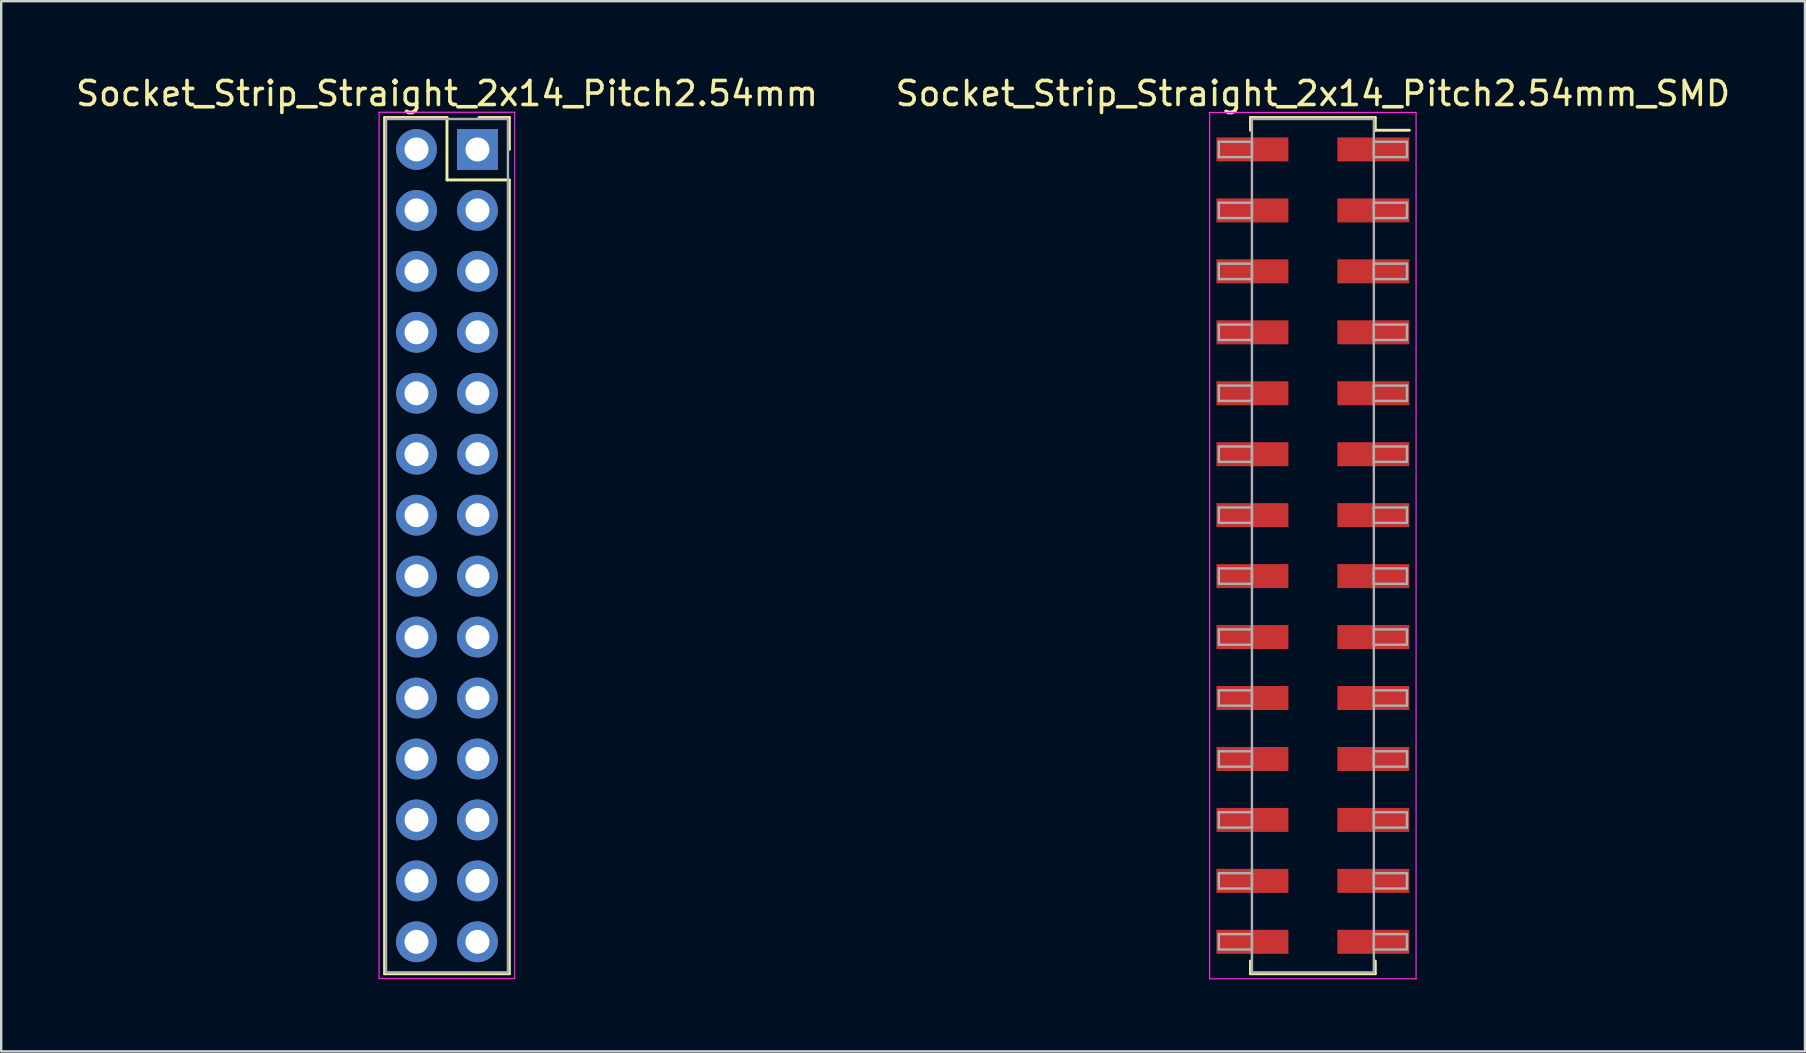
<source format=kicad_pcb>
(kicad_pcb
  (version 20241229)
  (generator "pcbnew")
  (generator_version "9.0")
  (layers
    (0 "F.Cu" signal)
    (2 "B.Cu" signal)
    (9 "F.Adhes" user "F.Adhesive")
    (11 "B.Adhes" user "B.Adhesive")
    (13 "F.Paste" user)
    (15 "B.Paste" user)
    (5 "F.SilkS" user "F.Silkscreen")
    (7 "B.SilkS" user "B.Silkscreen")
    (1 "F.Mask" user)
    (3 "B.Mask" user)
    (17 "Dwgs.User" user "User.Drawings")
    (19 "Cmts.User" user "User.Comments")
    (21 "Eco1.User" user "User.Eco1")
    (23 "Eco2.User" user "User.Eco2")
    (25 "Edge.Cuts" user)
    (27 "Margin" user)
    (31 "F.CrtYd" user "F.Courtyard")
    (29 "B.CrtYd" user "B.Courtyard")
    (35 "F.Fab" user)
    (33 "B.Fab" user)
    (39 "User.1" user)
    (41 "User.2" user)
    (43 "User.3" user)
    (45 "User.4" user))
  (footprint "Socket_Strip_Straight_2x14_Pitch2.54mm_SMD"
    (layer "F.Cu")
    (at 51.661 19.688)
    (property "Reference" "Socket_Strip_Straight_2x14_Pitch2.54mm_SMD" (at 0 -18.84 0) (layer "F.SilkS") (effects (font (size 1 1) (thickness 0.15))))
    (attr smd)
    (fp_line (start -2.6 -17.84) (end 2.6 -17.84) (stroke (width 0.12) (type solid)) (layer "F.SilkS"))
    (fp_line (start -2.6 -17.31) (end -2.6 -17.84) (stroke (width 0.12) (type solid)) (layer "F.SilkS"))
    (fp_line (start -2.6 17.31) (end -2.6 17.84) (stroke (width 0.12) (type solid)) (layer "F.SilkS"))
    (fp_line (start -2.6 17.84) (end 2.6 17.84) (stroke (width 0.12) (type solid)) (layer "F.SilkS"))
    (fp_line (start 2.6 -17.84) (end 2.6 -17.31) (stroke (width 0.12) (type solid)) (layer "F.SilkS"))
    (fp_line (start 2.6 17.84) (end 2.6 17.31) (stroke (width 0.12) (type solid)) (layer "F.SilkS"))
    (fp_line (start 4.02 -17.31) (end 2.6 -17.31) (stroke (width 0.12) (type solid)) (layer "F.SilkS"))
    (fp_line (start -4.3 -18.05) (end -4.3 18.05) (stroke (width 0.05) (type solid)) (layer "F.CrtYd"))
    (fp_line (start -4.3 18.05) (end 4.3 18.05) (stroke (width 0.05) (type solid)) (layer "F.CrtYd"))
    (fp_line (start 4.3 -18.05) (end -4.3 -18.05) (stroke (width 0.05) (type solid)) (layer "F.CrtYd"))
    (fp_line (start 4.3 18.05) (end 4.3 -18.05) (stroke (width 0.05) (type solid)) (layer "F.CrtYd"))
    (fp_line (start -3.92 -16.83) (end -2.54 -16.83) (stroke (width 0.1) (type solid)) (layer "F.Fab"))
    (fp_line (start -3.92 -16.19) (end -3.92 -16.83) (stroke (width 0.1) (type solid)) (layer "F.Fab"))
    (fp_line (start -3.92 -14.29) (end -2.54 -14.29) (stroke (width 0.1) (type solid)) (layer "F.Fab"))
    (fp_line (start -3.92 -13.65) (end -3.92 -14.29) (stroke (width 0.1) (type solid)) (layer "F.Fab"))
    (fp_line (start -3.92 -11.75) (end -2.54 -11.75) (stroke (width 0.1) (type solid)) (layer "F.Fab"))
    (fp_line (start -3.92 -11.11) (end -3.92 -11.75) (stroke (width 0.1) (type solid)) (layer "F.Fab"))
    (fp_line (start -3.92 -9.21) (end -2.54 -9.21) (stroke (width 0.1) (type solid)) (layer "F.Fab"))
    (fp_line (start -3.92 -8.57) (end -3.92 -9.21) (stroke (width 0.1) (type solid)) (layer "F.Fab"))
    (fp_line (start -3.92 -6.67) (end -2.54 -6.67) (stroke (width 0.1) (type solid)) (layer "F.Fab"))
    (fp_line (start -3.92 -6.03) (end -3.92 -6.67) (stroke (width 0.1) (type solid)) (layer "F.Fab"))
    (fp_line (start -3.92 -4.13) (end -2.54 -4.13) (stroke (width 0.1) (type solid)) (layer "F.Fab"))
    (fp_line (start -3.92 -3.49) (end -3.92 -4.13) (stroke (width 0.1) (type solid)) (layer "F.Fab"))
    (fp_line (start -3.92 -1.59) (end -2.54 -1.59) (stroke (width 0.1) (type solid)) (layer "F.Fab"))
    (fp_line (start -3.92 -0.95) (end -3.92 -1.59) (stroke (width 0.1) (type solid)) (layer "F.Fab"))
    (fp_line (start -3.92 0.95) (end -2.54 0.95) (stroke (width 0.1) (type solid)) (layer "F.Fab"))
    (fp_line (start -3.92 1.59) (end -3.92 0.95) (stroke (width 0.1) (type solid)) (layer "F.Fab"))
    (fp_line (start -3.92 3.49) (end -2.54 3.49) (stroke (width 0.1) (type solid)) (layer "F.Fab"))
    (fp_line (start -3.92 4.13) (end -3.92 3.49) (stroke (width 0.1) (type solid)) (layer "F.Fab"))
    (fp_line (start -3.92 6.03) (end -2.54 6.03) (stroke (width 0.1) (type solid)) (layer "F.Fab"))
    (fp_line (start -3.92 6.67) (end -3.92 6.03) (stroke (width 0.1) (type solid)) (layer "F.Fab"))
    (fp_line (start -3.92 8.57) (end -2.54 8.57) (stroke (width 0.1) (type solid)) (layer "F.Fab"))
    (fp_line (start -3.92 9.21) (end -3.92 8.57) (stroke (width 0.1) (type solid)) (layer "F.Fab"))
    (fp_line (start -3.92 11.11) (end -2.54 11.11) (stroke (width 0.1) (type solid)) (layer "F.Fab"))
    (fp_line (start -3.92 11.75) (end -3.92 11.11) (stroke (width 0.1) (type solid)) (layer "F.Fab"))
    (fp_line (start -3.92 13.65) (end -2.54 13.65) (stroke (width 0.1) (type solid)) (layer "F.Fab"))
    (fp_line (start -3.92 14.29) (end -3.92 13.65) (stroke (width 0.1) (type solid)) (layer "F.Fab"))
    (fp_line (start -3.92 16.19) (end -2.54 16.19) (stroke (width 0.1) (type solid)) (layer "F.Fab"))
    (fp_line (start -3.92 16.83) (end -3.92 16.19) (stroke (width 0.1) (type solid)) (layer "F.Fab"))
    (fp_line (start -2.54 -17.78) (end -2.54 17.78) (stroke (width 0.1) (type solid)) (layer "F.Fab"))
    (fp_line (start -2.54 -16.83) (end -2.54 -16.19) (stroke (width 0.1) (type solid)) (layer "F.Fab"))
    (fp_line (start -2.54 -16.19) (end -3.92 -16.19) (stroke (width 0.1) (type solid)) (layer "F.Fab"))
    (fp_line (start -2.54 -14.29) (end -2.54 -13.65) (stroke (width 0.1) (type solid)) (layer "F.Fab"))
    (fp_line (start -2.54 -13.65) (end -3.92 -13.65) (stroke (width 0.1) (type solid)) (layer "F.Fab"))
    (fp_line (start -2.54 -11.75) (end -2.54 -11.11) (stroke (width 0.1) (type solid)) (layer "F.Fab"))
    (fp_line (start -2.54 -11.11) (end -3.92 -11.11) (stroke (width 0.1) (type solid)) (layer "F.Fab"))
    (fp_line (start -2.54 -9.21) (end -2.54 -8.57) (stroke (width 0.1) (type solid)) (layer "F.Fab"))
    (fp_line (start -2.54 -8.57) (end -3.92 -8.57) (stroke (width 0.1) (type solid)) (layer "F.Fab"))
    (fp_line (start -2.54 -6.67) (end -2.54 -6.03) (stroke (width 0.1) (type solid)) (layer "F.Fab"))
    (fp_line (start -2.54 -6.03) (end -3.92 -6.03) (stroke (width 0.1) (type solid)) (layer "F.Fab"))
    (fp_line (start -2.54 -4.13) (end -2.54 -3.49) (stroke (width 0.1) (type solid)) (layer "F.Fab"))
    (fp_line (start -2.54 -3.49) (end -3.92 -3.49) (stroke (width 0.1) (type solid)) (layer "F.Fab"))
    (fp_line (start -2.54 -1.59) (end -2.54 -0.95) (stroke (width 0.1) (type solid)) (layer "F.Fab"))
    (fp_line (start -2.54 -0.95) (end -3.92 -0.95) (stroke (width 0.1) (type solid)) (layer "F.Fab"))
    (fp_line (start -2.54 0.95) (end -2.54 1.59) (stroke (width 0.1) (type solid)) (layer "F.Fab"))
    (fp_line (start -2.54 1.59) (end -3.92 1.59) (stroke (width 0.1) (type solid)) (layer "F.Fab"))
    (fp_line (start -2.54 3.49) (end -2.54 4.13) (stroke (width 0.1) (type solid)) (layer "F.Fab"))
    (fp_line (start -2.54 4.13) (end -3.92 4.13) (stroke (width 0.1) (type solid)) (layer "F.Fab"))
    (fp_line (start -2.54 6.03) (end -2.54 6.67) (stroke (width 0.1) (type solid)) (layer "F.Fab"))
    (fp_line (start -2.54 6.67) (end -3.92 6.67) (stroke (width 0.1) (type solid)) (layer "F.Fab"))
    (fp_line (start -2.54 8.57) (end -2.54 9.21) (stroke (width 0.1) (type solid)) (layer "F.Fab"))
    (fp_line (start -2.54 9.21) (end -3.92 9.21) (stroke (width 0.1) (type solid)) (layer "F.Fab"))
    (fp_line (start -2.54 11.11) (end -2.54 11.75) (stroke (width 0.1) (type solid)) (layer "F.Fab"))
    (fp_line (start -2.54 11.75) (end -3.92 11.75) (stroke (width 0.1) (type solid)) (layer "F.Fab"))
    (fp_line (start -2.54 13.65) (end -2.54 14.29) (stroke (width 0.1) (type solid)) (layer "F.Fab"))
    (fp_line (start -2.54 14.29) (end -3.92 14.29) (stroke (width 0.1) (type solid)) (layer "F.Fab"))
    (fp_line (start -2.54 16.19) (end -2.54 16.83) (stroke (width 0.1) (type solid)) (layer "F.Fab"))
    (fp_line (start -2.54 16.83) (end -3.92 16.83) (stroke (width 0.1) (type solid)) (layer "F.Fab"))
    (fp_line (start -2.54 17.78) (end 2.54 17.78) (stroke (width 0.1) (type solid)) (layer "F.Fab"))
    (fp_line (start 2.54 -17.78) (end -2.54 -17.78) (stroke (width 0.1) (type solid)) (layer "F.Fab"))
    (fp_line (start 2.54 -16.83) (end 2.54 -16.19) (stroke (width 0.1) (type solid)) (layer "F.Fab"))
    (fp_line (start 2.54 -16.19) (end 3.92 -16.19) (stroke (width 0.1) (type solid)) (layer "F.Fab"))
    (fp_line (start 2.54 -14.29) (end 2.54 -13.65) (stroke (width 0.1) (type solid)) (layer "F.Fab"))
    (fp_line (start 2.54 -13.65) (end 3.92 -13.65) (stroke (width 0.1) (type solid)) (layer "F.Fab"))
    (fp_line (start 2.54 -11.75) (end 2.54 -11.11) (stroke (width 0.1) (type solid)) (layer "F.Fab"))
    (fp_line (start 2.54 -11.11) (end 3.92 -11.11) (stroke (width 0.1) (type solid)) (layer "F.Fab"))
    (fp_line (start 2.54 -9.21) (end 2.54 -8.57) (stroke (width 0.1) (type solid)) (layer "F.Fab"))
    (fp_line (start 2.54 -8.57) (end 3.92 -8.57) (stroke (width 0.1) (type solid)) (layer "F.Fab"))
    (fp_line (start 2.54 -6.67) (end 2.54 -6.03) (stroke (width 0.1) (type solid)) (layer "F.Fab"))
    (fp_line (start 2.54 -6.03) (end 3.92 -6.03) (stroke (width 0.1) (type solid)) (layer "F.Fab"))
    (fp_line (start 2.54 -4.13) (end 2.54 -3.49) (stroke (width 0.1) (type solid)) (layer "F.Fab"))
    (fp_line (start 2.54 -3.49) (end 3.92 -3.49) (stroke (width 0.1) (type solid)) (layer "F.Fab"))
    (fp_line (start 2.54 -1.59) (end 2.54 -0.95) (stroke (width 0.1) (type solid)) (layer "F.Fab"))
    (fp_line (start 2.54 -0.95) (end 3.92 -0.95) (stroke (width 0.1) (type solid)) (layer "F.Fab"))
    (fp_line (start 2.54 0.95) (end 2.54 1.59) (stroke (width 0.1) (type solid)) (layer "F.Fab"))
    (fp_line (start 2.54 1.59) (end 3.92 1.59) (stroke (width 0.1) (type solid)) (layer "F.Fab"))
    (fp_line (start 2.54 3.49) (end 2.54 4.13) (stroke (width 0.1) (type solid)) (layer "F.Fab"))
    (fp_line (start 2.54 4.13) (end 3.92 4.13) (stroke (width 0.1) (type solid)) (layer "F.Fab"))
    (fp_line (start 2.54 6.03) (end 2.54 6.67) (stroke (width 0.1) (type solid)) (layer "F.Fab"))
    (fp_line (start 2.54 6.67) (end 3.92 6.67) (stroke (width 0.1) (type solid)) (layer "F.Fab"))
    (fp_line (start 2.54 8.57) (end 2.54 9.21) (stroke (width 0.1) (type solid)) (layer "F.Fab"))
    (fp_line (start 2.54 9.21) (end 3.92 9.21) (stroke (width 0.1) (type solid)) (layer "F.Fab"))
    (fp_line (start 2.54 11.11) (end 2.54 11.75) (stroke (width 0.1) (type solid)) (layer "F.Fab"))
    (fp_line (start 2.54 11.75) (end 3.92 11.75) (stroke (width 0.1) (type solid)) (layer "F.Fab"))
    (fp_line (start 2.54 13.65) (end 2.54 14.29) (stroke (width 0.1) (type solid)) (layer "F.Fab"))
    (fp_line (start 2.54 14.29) (end 3.92 14.29) (stroke (width 0.1) (type solid)) (layer "F.Fab"))
    (fp_line (start 2.54 16.19) (end 2.54 16.83) (stroke (width 0.1) (type solid)) (layer "F.Fab"))
    (fp_line (start 2.54 16.83) (end 3.92 16.83) (stroke (width 0.1) (type solid)) (layer "F.Fab"))
    (fp_line (start 2.54 17.78) (end 2.54 -17.78) (stroke (width 0.1) (type solid)) (layer "F.Fab"))
    (fp_line (start 3.92 -16.83) (end 2.54 -16.83) (stroke (width 0.1) (type solid)) (layer "F.Fab"))
    (fp_line (start 3.92 -16.19) (end 3.92 -16.83) (stroke (width 0.1) (type solid)) (layer "F.Fab"))
    (fp_line (start 3.92 -14.29) (end 2.54 -14.29) (stroke (width 0.1) (type solid)) (layer "F.Fab"))
    (fp_line (start 3.92 -13.65) (end 3.92 -14.29) (stroke (width 0.1) (type solid)) (layer "F.Fab"))
    (fp_line (start 3.92 -11.75) (end 2.54 -11.75) (stroke (width 0.1) (type solid)) (layer "F.Fab"))
    (fp_line (start 3.92 -11.11) (end 3.92 -11.75) (stroke (width 0.1) (type solid)) (layer "F.Fab"))
    (fp_line (start 3.92 -9.21) (end 2.54 -9.21) (stroke (width 0.1) (type solid)) (layer "F.Fab"))
    (fp_line (start 3.92 -8.57) (end 3.92 -9.21) (stroke (width 0.1) (type solid)) (layer "F.Fab"))
    (fp_line (start 3.92 -6.67) (end 2.54 -6.67) (stroke (width 0.1) (type solid)) (layer "F.Fab"))
    (fp_line (start 3.92 -6.03) (end 3.92 -6.67) (stroke (width 0.1) (type solid)) (layer "F.Fab"))
    (fp_line (start 3.92 -4.13) (end 2.54 -4.13) (stroke (width 0.1) (type solid)) (layer "F.Fab"))
    (fp_line (start 3.92 -3.49) (end 3.92 -4.13) (stroke (width 0.1) (type solid)) (layer "F.Fab"))
    (fp_line (start 3.92 -1.59) (end 2.54 -1.59) (stroke (width 0.1) (type solid)) (layer "F.Fab"))
    (fp_line (start 3.92 -0.95) (end 3.92 -1.59) (stroke (width 0.1) (type solid)) (layer "F.Fab"))
    (fp_line (start 3.92 0.95) (end 2.54 0.95) (stroke (width 0.1) (type solid)) (layer "F.Fab"))
    (fp_line (start 3.92 1.59) (end 3.92 0.95) (stroke (width 0.1) (type solid)) (layer "F.Fab"))
    (fp_line (start 3.92 3.49) (end 2.54 3.49) (stroke (width 0.1) (type solid)) (layer "F.Fab"))
    (fp_line (start 3.92 4.13) (end 3.92 3.49) (stroke (width 0.1) (type solid)) (layer "F.Fab"))
    (fp_line (start 3.92 6.03) (end 2.54 6.03) (stroke (width 0.1) (type solid)) (layer "F.Fab"))
    (fp_line (start 3.92 6.67) (end 3.92 6.03) (stroke (width 0.1) (type solid)) (layer "F.Fab"))
    (fp_line (start 3.92 8.57) (end 2.54 8.57) (stroke (width 0.1) (type solid)) (layer "F.Fab"))
    (fp_line (start 3.92 9.21) (end 3.92 8.57) (stroke (width 0.1) (type solid)) (layer "F.Fab"))
    (fp_line (start 3.92 11.11) (end 2.54 11.11) (stroke (width 0.1) (type solid)) (layer "F.Fab"))
    (fp_line (start 3.92 11.75) (end 3.92 11.11) (stroke (width 0.1) (type solid)) (layer "F.Fab"))
    (fp_line (start 3.92 13.65) (end 2.54 13.65) (stroke (width 0.1) (type solid)) (layer "F.Fab"))
    (fp_line (start 3.92 14.29) (end 3.92 13.65) (stroke (width 0.1) (type solid)) (layer "F.Fab"))
    (fp_line (start 3.92 16.19) (end 2.54 16.19) (stroke (width 0.1) (type solid)) (layer "F.Fab"))
    (fp_line (start 3.92 16.83) (end 3.92 16.19) (stroke (width 0.1) (type solid)) (layer "F.Fab"))
    (pad "1" smd rect (at 2.52 -16.51) (size 3 1) (layers "F.Cu" "F.Mask"))
    (pad "2" smd rect (at -2.52 -16.51) (size 3 1) (layers "F.Cu" "F.Mask"))
    (pad "3" smd rect (at 2.52 -13.97) (size 3 1) (layers "F.Cu" "F.Mask"))
    (pad "4" smd rect (at -2.52 -13.97) (size 3 1) (layers "F.Cu" "F.Mask"))
    (pad "5" smd rect (at 2.52 -11.43) (size 3 1) (layers "F.Cu" "F.Mask"))
    (pad "6" smd rect (at -2.52 -11.43) (size 3 1) (layers "F.Cu" "F.Mask"))
    (pad "7" smd rect (at 2.52 -8.89) (size 3 1) (layers "F.Cu" "F.Mask"))
    (pad "8" smd rect (at -2.52 -8.89) (size 3 1) (layers "F.Cu" "F.Mask"))
    (pad "9" smd rect (at 2.52 -6.35) (size 3 1) (layers "F.Cu" "F.Mask"))
    (pad "10" smd rect (at -2.52 -6.35) (size 3 1) (layers "F.Cu" "F.Mask"))
    (pad "11" smd rect (at 2.52 -3.81) (size 3 1) (layers "F.Cu" "F.Mask"))
    (pad "12" smd rect (at -2.52 -3.81) (size 3 1) (layers "F.Cu" "F.Mask"))
    (pad "13" smd rect (at 2.52 -1.27) (size 3 1) (layers "F.Cu" "F.Mask"))
    (pad "14" smd rect (at -2.52 -1.27) (size 3 1) (layers "F.Cu" "F.Mask"))
    (pad "15" smd rect (at 2.52 1.27) (size 3 1) (layers "F.Cu" "F.Mask"))
    (pad "16" smd rect (at -2.52 1.27) (size 3 1) (layers "F.Cu" "F.Mask"))
    (pad "17" smd rect (at 2.52 3.81) (size 3 1) (layers "F.Cu" "F.Mask"))
    (pad "18" smd rect (at -2.52 3.81) (size 3 1) (layers "F.Cu" "F.Mask"))
    (pad "19" smd rect (at 2.52 6.35) (size 3 1) (layers "F.Cu" "F.Mask"))
    (pad "20" smd rect (at -2.52 6.35) (size 3 1) (layers "F.Cu" "F.Mask"))
    (pad "21" smd rect (at 2.52 8.89) (size 3 1) (layers "F.Cu" "F.Mask"))
    (pad "22" smd rect (at -2.52 8.89) (size 3 1) (layers "F.Cu" "F.Mask"))
    (pad "23" smd rect (at 2.52 11.43) (size 3 1) (layers "F.Cu" "F.Mask"))
    (pad "24" smd rect (at -2.52 11.43) (size 3 1) (layers "F.Cu" "F.Mask"))
    (pad "25" smd rect (at 2.52 13.97) (size 3 1) (layers "F.Cu" "F.Mask"))
    (pad "26" smd rect (at -2.52 13.97) (size 3 1) (layers "F.Cu" "F.Mask"))
    (pad "27" smd rect (at 2.52 16.51) (size 3 1) (layers "F.Cu" "F.Mask"))
    (pad "28" smd rect (at -2.52 16.51) (size 3 1) (layers "F.Cu" "F.Mask")))
  (footprint "Socket_Strip_Straight_2x14_Pitch2.54mm"
    (layer "F.Cu")
    (at 16.847 3.178)
    (property "Reference" "Socket_Strip_Straight_2x14_Pitch2.54mm" (at -1.27 -2.33 0) (layer "F.SilkS") (effects (font (size 1 1) (thickness 0.15))))
    (attr through_hole)
    (fp_line (start -3.87 -1.33) (end -1.27 -1.33) (stroke (width 0.12) (type solid)) (layer "F.SilkS"))
    (fp_line (start -3.87 34.35) (end -3.87 -1.33) (stroke (width 0.12) (type solid)) (layer "F.SilkS"))
    (fp_line (start -1.27 -1.33) (end -1.27 1.27) (stroke (width 0.12) (type solid)) (layer "F.SilkS"))
    (fp_line (start -1.27 1.27) (end 1.33 1.27) (stroke (width 0.12) (type solid)) (layer "F.SilkS"))
    (fp_line (start 1.33 -1.33) (end 0.06 -1.33) (stroke (width 0.12) (type solid)) (layer "F.SilkS"))
    (fp_line (start 1.33 0) (end 1.33 -1.33) (stroke (width 0.12) (type solid)) (layer "F.SilkS"))
    (fp_line (start 1.33 1.27) (end 1.33 34.35) (stroke (width 0.12) (type solid)) (layer "F.SilkS"))
    (fp_line (start 1.33 34.35) (end -3.87 34.35) (stroke (width 0.12) (type solid)) (layer "F.SilkS"))
    (fp_line (start -4.1 -1.55) (end -4.1 34.55) (stroke (width 0.05) (type solid)) (layer "F.CrtYd"))
    (fp_line (start -4.1 34.55) (end 1.55 34.55) (stroke (width 0.05) (type solid)) (layer "F.CrtYd"))
    (fp_line (start 1.55 -1.55) (end -4.1 -1.55) (stroke (width 0.05) (type solid)) (layer "F.CrtYd"))
    (fp_line (start 1.55 34.55) (end 1.55 -1.55) (stroke (width 0.05) (type solid)) (layer "F.CrtYd"))
    (fp_line (start -3.81 -1.27) (end -3.81 34.29) (stroke (width 0.1) (type solid)) (layer "F.Fab"))
    (fp_line (start -3.81 34.29) (end 1.27 34.29) (stroke (width 0.1) (type solid)) (layer "F.Fab"))
    (fp_line (start 1.27 -1.27) (end -3.81 -1.27) (stroke (width 0.1) (type solid)) (layer "F.Fab"))
    (fp_line (start 1.27 34.29) (end 1.27 -1.27) (stroke (width 0.1) (type solid)) (layer "F.Fab"))
    (pad "1" thru_hole rect (at 0 0) (size 1.7 1.7) (drill 1) (layers "*.Cu" "*.Mask"))
    (pad "2" thru_hole oval (at -2.54 0) (size 1.7 1.7) (drill 1) (layers "*.Cu" "*.Mask"))
    (pad "3" thru_hole oval (at 0 2.54) (size 1.7 1.7) (drill 1) (layers "*.Cu" "*.Mask"))
    (pad "4" thru_hole oval (at -2.54 2.54) (size 1.7 1.7) (drill 1) (layers "*.Cu" "*.Mask"))
    (pad "5" thru_hole oval (at 0 5.08) (size 1.7 1.7) (drill 1) (layers "*.Cu" "*.Mask"))
    (pad "6" thru_hole oval (at -2.54 5.08) (size 1.7 1.7) (drill 1) (layers "*.Cu" "*.Mask"))
    (pad "7" thru_hole oval (at 0 7.62) (size 1.7 1.7) (drill 1) (layers "*.Cu" "*.Mask"))
    (pad "8" thru_hole oval (at -2.54 7.62) (size 1.7 1.7) (drill 1) (layers "*.Cu" "*.Mask"))
    (pad "9" thru_hole oval (at 0 10.16) (size 1.7 1.7) (drill 1) (layers "*.Cu" "*.Mask"))
    (pad "10" thru_hole oval (at -2.54 10.16) (size 1.7 1.7) (drill 1) (layers "*.Cu" "*.Mask"))
    (pad "11" thru_hole oval (at 0 12.7) (size 1.7 1.7) (drill 1) (layers "*.Cu" "*.Mask"))
    (pad "12" thru_hole oval (at -2.54 12.7) (size 1.7 1.7) (drill 1) (layers "*.Cu" "*.Mask"))
    (pad "13" thru_hole oval (at 0 15.24) (size 1.7 1.7) (drill 1) (layers "*.Cu" "*.Mask"))
    (pad "14" thru_hole oval (at -2.54 15.24) (size 1.7 1.7) (drill 1) (layers "*.Cu" "*.Mask"))
    (pad "15" thru_hole oval (at 0 17.78) (size 1.7 1.7) (drill 1) (layers "*.Cu" "*.Mask"))
    (pad "16" thru_hole oval (at -2.54 17.78) (size 1.7 1.7) (drill 1) (layers "*.Cu" "*.Mask"))
    (pad "17" thru_hole oval (at 0 20.32) (size 1.7 1.7) (drill 1) (layers "*.Cu" "*.Mask"))
    (pad "18" thru_hole oval (at -2.54 20.32) (size 1.7 1.7) (drill 1) (layers "*.Cu" "*.Mask"))
    (pad "19" thru_hole oval (at 0 22.86) (size 1.7 1.7) (drill 1) (layers "*.Cu" "*.Mask"))
    (pad "20" thru_hole oval (at -2.54 22.86) (size 1.7 1.7) (drill 1) (layers "*.Cu" "*.Mask"))
    (pad "21" thru_hole oval (at 0 25.4) (size 1.7 1.7) (drill 1) (layers "*.Cu" "*.Mask"))
    (pad "22" thru_hole oval (at -2.54 25.4) (size 1.7 1.7) (drill 1) (layers "*.Cu" "*.Mask"))
    (pad "23" thru_hole oval (at 0 27.94) (size 1.7 1.7) (drill 1) (layers "*.Cu" "*.Mask"))
    (pad "24" thru_hole oval (at -2.54 27.94) (size 1.7 1.7) (drill 1) (layers "*.Cu" "*.Mask"))
    (pad "25" thru_hole oval (at 0 30.48) (size 1.7 1.7) (drill 1) (layers "*.Cu" "*.Mask"))
    (pad "26" thru_hole oval (at -2.54 30.48) (size 1.7 1.7) (drill 1) (layers "*.Cu" "*.Mask"))
    (pad "27" thru_hole oval (at 0 33.02) (size 1.7 1.7) (drill 1) (layers "*.Cu" "*.Mask"))
    (pad "28" thru_hole oval (at -2.54 33.02) (size 1.7 1.7) (drill 1) (layers "*.Cu" "*.Mask")))
  (gr_rect
    (start -3 -3)
    (end 72.167 40.763)
    (stroke (width 0.1) (type default))
    (fill no)
    (layer "Edge.Cuts")))
</source>
